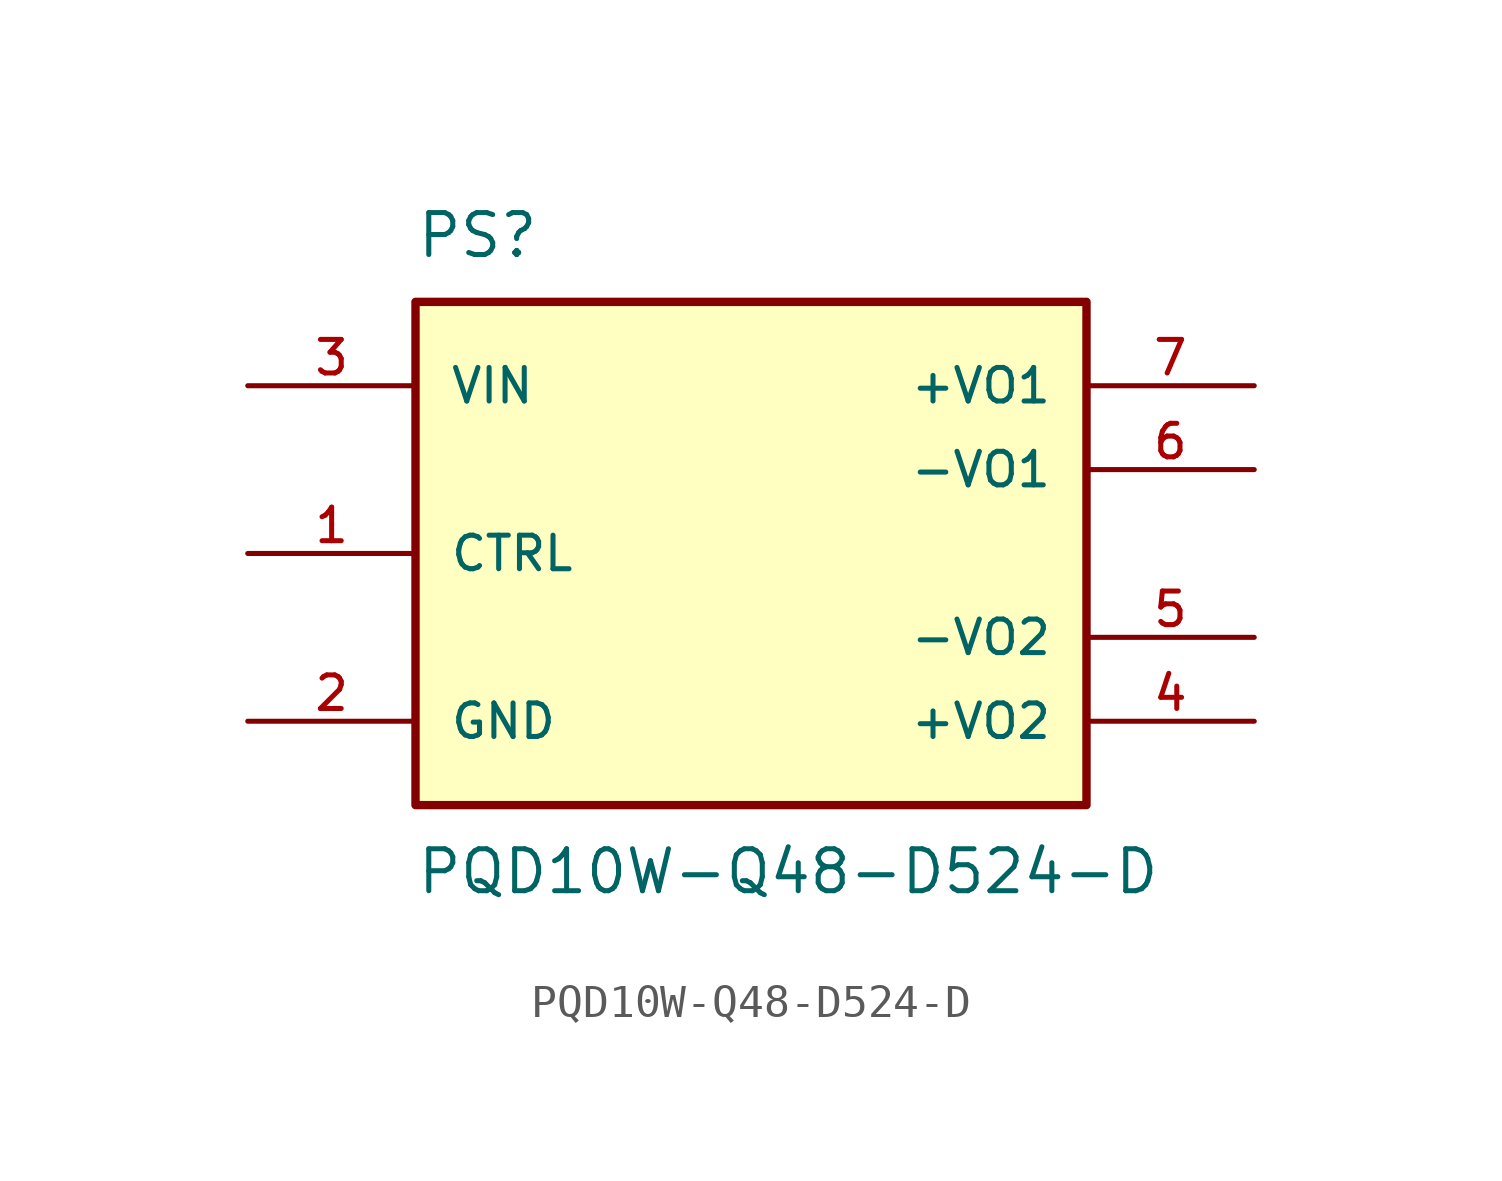
<source format=kicad_sym>
(kicad_symbol_lib
  (version 20211014)
  (generator kicad_symbol_editor)
  (symbol "PQD10W-Q48-D524-D"
    (pin_names
      (offset 1.016))
    (property "Reference" "PS"
      (at -10.16 8.89 0)
      (effects (font (size 1.27 1.27)) (justify bottom left)))
    (property "Value" "PQD10W-Q48-D524-D"
      (at -10.16 -8.89 0)
      (effects (font (size 1.27 1.27)) (justify top left)))
    (symbol "PQD10W-Q48-D524-D_0_0"
      (rectangle (start -10.16 -7.62) (end 10.16 7.62) (stroke (width 0.254)) (fill (type background)))
      (pin input line (at -15.24 5.08 0) (length 5.08) (name "VIN" (effects (font (size 1.016 1.016)))) (number "3" (effects (font (size 1.016 1.016)))))
      (pin output line (at 15.24 5.08 180.0) (length 5.08) (name "+VO1" (effects (font (size 1.016 1.016)))) (number "7" (effects (font (size 1.016 1.016)))))
      (pin power_in line (at -15.24 -5.08 0) (length 5.08) (name "GND" (effects (font (size 1.016 1.016)))) (number "2" (effects (font (size 1.016 1.016)))))
      (pin output line (at 15.24 -2.54 180.0) (length 5.08) (name "-VO2" (effects (font (size 1.016 1.016)))) (number "5" (effects (font (size 1.016 1.016)))))
      (pin output line (at 15.24 -5.08 180.0) (length 5.08) (name "+VO2" (effects (font (size 1.016 1.016)))) (number "4" (effects (font (size 1.016 1.016)))))
      (pin output line (at 15.24 2.54 180.0) (length 5.08) (name "-VO1" (effects (font (size 1.016 1.016)))) (number "6" (effects (font (size 1.016 1.016)))))
      (pin input line (at -15.24 0.0 0) (length 5.08) (name "CTRL" (effects (font (size 1.016 1.016)))) (number "1" (effects (font (size 1.016 1.016))))))))
</source>
